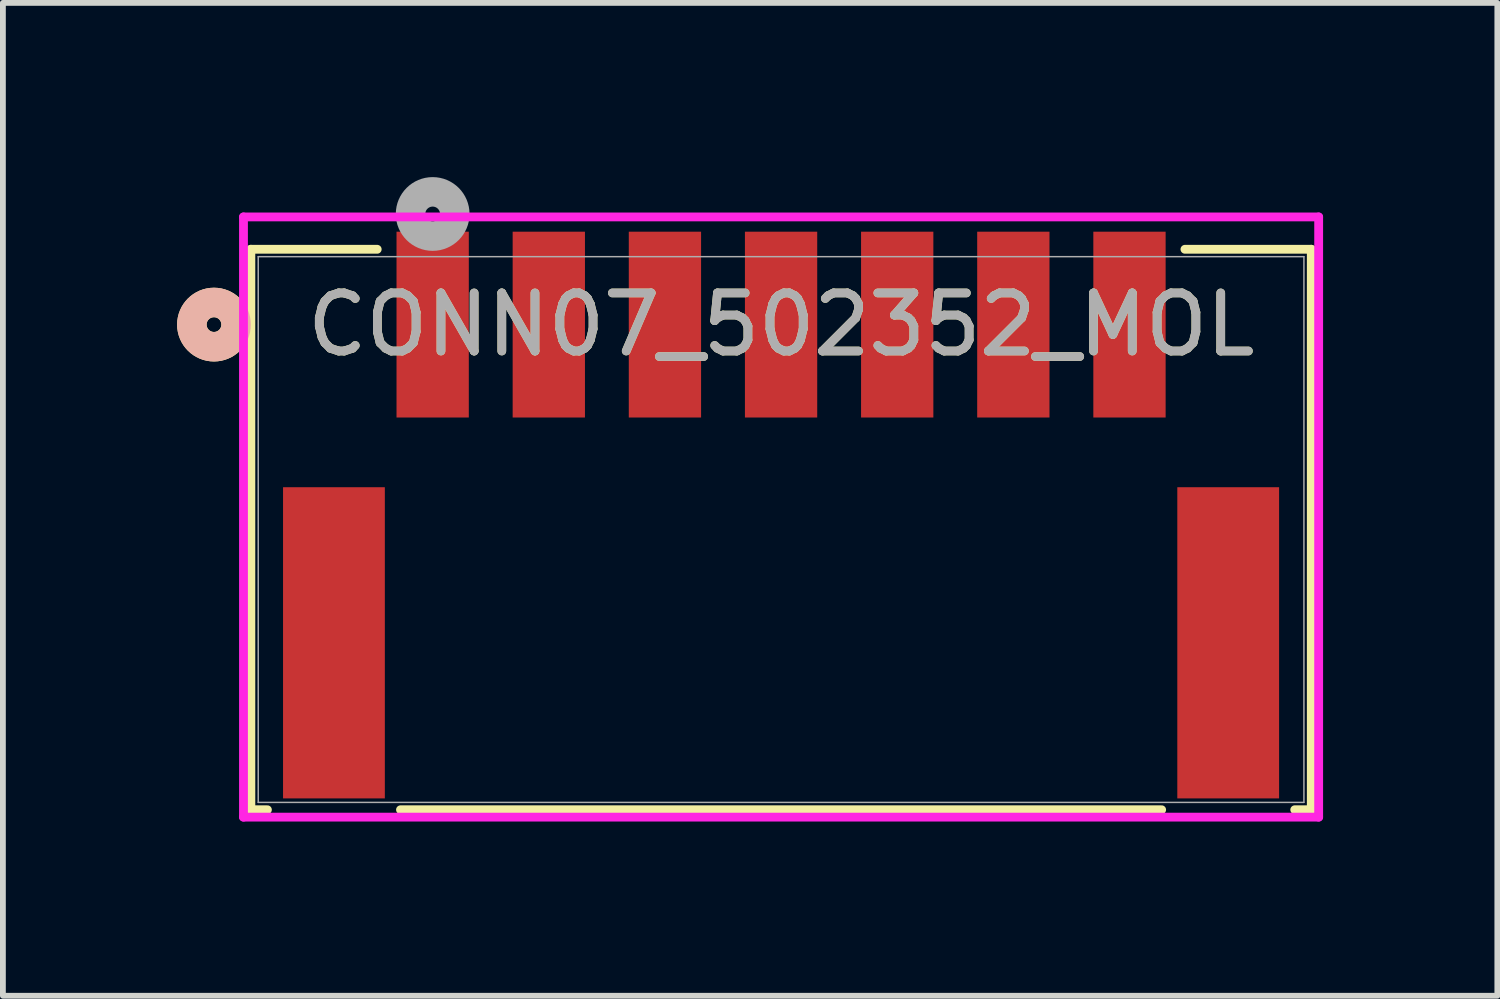
<source format=kicad_pcb>
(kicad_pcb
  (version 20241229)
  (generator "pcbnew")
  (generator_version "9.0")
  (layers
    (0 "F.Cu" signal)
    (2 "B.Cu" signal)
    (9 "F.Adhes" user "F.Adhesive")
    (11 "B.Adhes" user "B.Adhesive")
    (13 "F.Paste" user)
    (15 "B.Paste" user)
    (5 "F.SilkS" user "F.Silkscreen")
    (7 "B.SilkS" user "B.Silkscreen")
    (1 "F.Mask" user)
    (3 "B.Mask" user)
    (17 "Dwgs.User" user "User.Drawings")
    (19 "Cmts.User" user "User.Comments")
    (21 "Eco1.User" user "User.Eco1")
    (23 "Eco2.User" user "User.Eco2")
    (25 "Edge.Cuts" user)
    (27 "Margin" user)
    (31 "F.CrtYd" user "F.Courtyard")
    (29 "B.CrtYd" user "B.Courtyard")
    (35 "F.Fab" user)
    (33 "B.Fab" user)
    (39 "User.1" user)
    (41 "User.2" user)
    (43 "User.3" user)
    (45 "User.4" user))
  (footprint "CONN07_502352_MOL"
    (layer "F.Cu")
    (at 10.401 6.069)
    (property "Reference" "CONN07_502352_MOL" (at 0 -3.529 0) (unlocked yes) (layer "F.SilkS") (effects (font (size 1 1) (thickness 0.15))))
    (attr smd)
    (fp_line (start -9.131 -4.826) (end -9.131 4.826) (stroke (width 0.152) (type solid)) (layer "F.SilkS"))
    (fp_line (start -9.131 4.826) (end -8.846 4.826) (stroke (width 0.152) (type solid)) (layer "F.SilkS"))
    (fp_line (start -6.955 -4.826) (end -9.131 -4.826) (stroke (width 0.152) (type solid)) (layer "F.SilkS"))
    (fp_line (start -6.554 4.826) (end 6.554 4.826) (stroke (width 0.152) (type solid)) (layer "F.SilkS"))
    (fp_line (start 8.846 4.826) (end 9.131 4.826) (stroke (width 0.152) (type solid)) (layer "F.SilkS"))
    (fp_line (start 9.131 -4.826) (end 6.955 -4.826) (stroke (width 0.152) (type solid)) (layer "F.SilkS"))
    (fp_line (start 9.131 4.826) (end 9.131 -4.826) (stroke (width 0.152) (type solid)) (layer "F.SilkS"))
    (fp_circle (center -9.766 -3.529) (end -9.385 -3.529) (stroke (width 0.508) (type solid)) (fill no) (layer "F.SilkS"))
    (fp_circle (center -9.766 -3.529) (end -9.385 -3.529) (stroke (width 0.508) (type solid)) (fill no) (layer "B.SilkS"))
    (fp_line (start -9.258 -5.383) (end -9.258 4.953) (stroke (width 0.152) (type solid)) (layer "F.CrtYd"))
    (fp_line (start -9.258 4.953) (end 9.258 4.953) (stroke (width 0.152) (type solid)) (layer "F.CrtYd"))
    (fp_line (start 9.258 -5.383) (end -9.258 -5.383) (stroke (width 0.152) (type solid)) (layer "F.CrtYd"))
    (fp_line (start 9.258 4.953) (end 9.258 -5.383) (stroke (width 0.152) (type solid)) (layer "F.CrtYd"))
    (fp_line (start -9.004 -4.699) (end -9.004 4.699) (stroke (width 0.025) (type solid)) (layer "F.Fab"))
    (fp_line (start -9.004 4.699) (end 9.004 4.699) (stroke (width 0.025) (type solid)) (layer "F.Fab"))
    (fp_line (start 9.004 -4.699) (end -9.004 -4.699) (stroke (width 0.025) (type solid)) (layer "F.Fab"))
    (fp_line (start 9.004 4.699) (end 9.004 -4.699) (stroke (width 0.025) (type solid)) (layer "F.Fab"))
    (fp_circle (center -6 -5.434) (end -5.619 -5.434) (stroke (width 0.508) (type solid)) (fill no) (layer "F.Fab"))
    (fp_text user "${REFERENCE}" (at 0 -3.529 0) (unlocked yes) (layer "F.Fab") (effects (font (size 1 1) (thickness 0.15))))
    (pad "1" smd rect (at -6 -3.529) (size 1.245 3.2) (layers "F.Cu" "F.Mask" "F.Paste"))
    (pad "2" smd rect (at -4 -3.529) (size 1.245 3.2) (layers "F.Cu" "F.Mask" "F.Paste"))
    (pad "3" smd rect (at -2 -3.529) (size 1.245 3.2) (layers "F.Cu" "F.Mask" "F.Paste"))
    (pad "4" smd rect (at 0 -3.529) (size 1.245 3.2) (layers "F.Cu" "F.Mask" "F.Paste"))
    (pad "5" smd rect (at 2 -3.529) (size 1.245 3.2) (layers "F.Cu" "F.Mask" "F.Paste"))
    (pad "6" smd rect (at 4 -3.529) (size 1.245 3.2) (layers "F.Cu" "F.Mask" "F.Paste"))
    (pad "7" smd rect (at 6 -3.529) (size 1.245 3.2) (layers "F.Cu" "F.Mask" "F.Paste"))
    (pad "8" smd rect (at -7.7 1.951) (size 1.753 5.359) (layers "F.Cu" "F.Mask" "F.Paste"))
    (pad "9" smd rect (at 7.7 1.951) (size 1.753 5.359) (layers "F.Cu" "F.Mask" "F.Paste")))
  (gr_rect
    (start -3 -3)
    (end 22.736 14.098)
    (stroke (width 0.1) (type default))
    (fill no)
    (layer "Edge.Cuts")))
</source>
